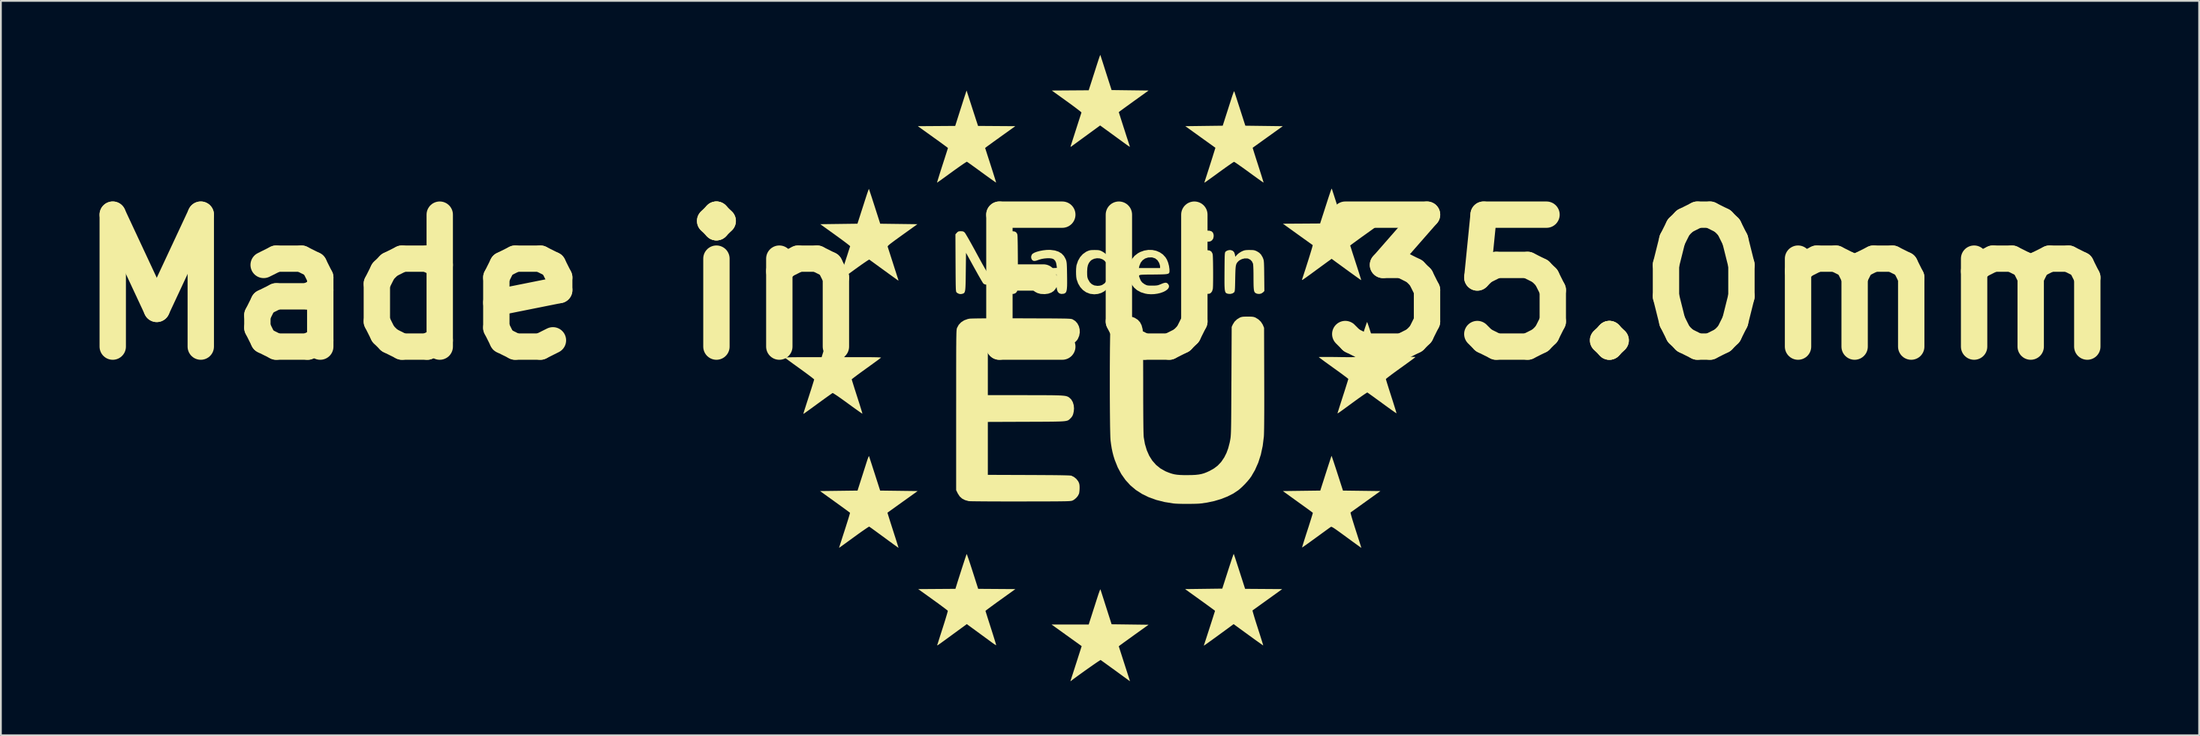
<source format=kicad_pcb>
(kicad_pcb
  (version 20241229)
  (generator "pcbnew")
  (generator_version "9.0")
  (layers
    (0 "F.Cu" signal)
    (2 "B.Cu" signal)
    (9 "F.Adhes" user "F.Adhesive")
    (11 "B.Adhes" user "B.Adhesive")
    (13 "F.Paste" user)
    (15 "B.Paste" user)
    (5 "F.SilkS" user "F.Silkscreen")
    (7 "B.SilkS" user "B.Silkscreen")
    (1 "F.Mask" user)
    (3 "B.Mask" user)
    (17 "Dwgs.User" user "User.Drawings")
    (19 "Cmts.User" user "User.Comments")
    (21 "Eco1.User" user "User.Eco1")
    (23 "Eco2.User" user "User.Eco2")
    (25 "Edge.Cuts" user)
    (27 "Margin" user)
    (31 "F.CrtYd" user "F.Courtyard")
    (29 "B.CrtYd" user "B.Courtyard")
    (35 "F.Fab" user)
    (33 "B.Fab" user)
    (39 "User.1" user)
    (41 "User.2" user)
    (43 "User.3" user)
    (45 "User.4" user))
  (footprint "Made in EU 35.0mm"
    (layer "F.Cu")
    (at 58 17.387)
    (property "Reference" "Made in EU 35.0mm" (at 0 -4.5 180) (layer "F.SilkS") (effects (font (size 7.329 7.329) (thickness 1.463))))
    (attr board_only exclude_from_pos_files exclude_from_bom)
    (fp_poly (pts (xy 6.076 -7.624) (xy 6.188 -7.589) (xy 6.263 -7.521) (xy 6.301 -7.418) (xy 6.309 -7.327) (xy 6.287 -7.198) (xy 6.223 -7.097) (xy 6.145 -7.041) (xy 6.058 -7.016) (xy 5.945 -7.011) (xy 5.831 -7.025) (xy 5.763 -7.047) (xy 5.683 -7.108) (xy 5.631 -7.199) (xy 5.608 -7.307) (xy 5.617 -7.418) (xy 5.66 -7.517) (xy 5.694 -7.556) (xy 5.748 -7.595) (xy 5.821 -7.617) (xy 5.923 -7.628)) (stroke (width 0) (type solid)) (fill yes) (layer "F.SilkS"))
    (fp_poly (pts (xy 6.091 -6.52) (xy 6.181 -6.462) (xy 6.237 -6.365) (xy 6.253 -6.303) (xy 6.259 -6.247) (xy 6.264 -6.147) (xy 6.268 -6.011) (xy 6.272 -5.846) (xy 6.274 -5.661) (xy 6.276 -5.463) (xy 6.277 -5.26) (xy 6.277 -5.061) (xy 6.276 -4.873) (xy 6.274 -4.704) (xy 6.271 -4.562) (xy 6.266 -4.455) (xy 6.261 -4.392) (xy 6.221 -4.261) (xy 6.173 -4.193) (xy 6.119 -4.144) (xy 6.061 -4.122) (xy 5.975 -4.116) (xy 5.972 -4.116) (xy 5.858 -4.128) (xy 5.777 -4.167) (xy 5.775 -4.169) (xy 5.721 -4.231) (xy 5.682 -4.311) (xy 5.68 -4.319) (xy 5.673 -4.372) (xy 5.667 -4.47) (xy 5.662 -4.604) (xy 5.658 -4.768) (xy 5.655 -4.953) (xy 5.654 -5.152) (xy 5.653 -5.358) (xy 5.654 -5.563) (xy 5.656 -5.759) (xy 5.659 -5.939) (xy 5.663 -6.094) (xy 5.668 -6.218) (xy 5.675 -6.303) (xy 5.68 -6.336) (xy 5.732 -6.443) (xy 5.818 -6.51) (xy 5.938 -6.538) (xy 5.968 -6.539)) (stroke (width 0) (type solid)) (fill yes) (layer "F.SilkS"))
    (fp_poly (pts (xy 12.864 -9.954) (xy 12.865 -9.951) (xy 12.876 -9.918) (xy 12.901 -9.842) (xy 12.938 -9.727) (xy 12.986 -9.579) (xy 13.042 -9.405) (xy 13.105 -9.21) (xy 13.173 -8.999) (xy 13.181 -8.974) (xy 13.484 -8.037) (xy 14.519 -8.024) (xy 15.555 -8.011) (xy 14.72 -7.412) (xy 14.536 -7.281) (xy 14.367 -7.158) (xy 14.216 -7.048) (xy 14.088 -6.955) (xy 13.987 -6.88) (xy 13.919 -6.828) (xy 13.887 -6.802) (xy 13.886 -6.8) (xy 13.893 -6.773) (xy 13.916 -6.702) (xy 13.951 -6.592) (xy 13.996 -6.449) (xy 14.051 -6.278) (xy 14.113 -6.086) (xy 14.181 -5.876) (xy 14.194 -5.835) (xy 14.263 -5.623) (xy 14.326 -5.427) (xy 14.381 -5.253) (xy 14.427 -5.105) (xy 14.463 -4.99) (xy 14.486 -4.912) (xy 14.496 -4.877) (xy 14.496 -4.876) (xy 14.474 -4.889) (xy 14.415 -4.929) (xy 14.322 -4.994) (xy 14.202 -5.08) (xy 14.058 -5.184) (xy 13.894 -5.302) (xy 13.716 -5.432) (xy 13.67 -5.465) (xy 12.852 -6.062) (xy 12.072 -5.492) (xy 11.857 -5.334) (xy 11.68 -5.204) (xy 11.537 -5.101) (xy 11.426 -5.021) (xy 11.342 -4.962) (xy 11.282 -4.921) (xy 11.242 -4.897) (xy 11.219 -4.886) (xy 11.209 -4.887) (xy 11.207 -4.896) (xy 11.212 -4.912) (xy 11.213 -4.915) (xy 11.297 -5.17) (xy 11.379 -5.423) (xy 11.458 -5.67) (xy 11.533 -5.906) (xy 11.602 -6.125) (xy 11.663 -6.322) (xy 11.715 -6.494) (xy 11.757 -6.635) (xy 11.786 -6.74) (xy 11.802 -6.805) (xy 11.804 -6.824) (xy 11.779 -6.842) (xy 11.716 -6.887) (xy 11.62 -6.955) (xy 11.497 -7.044) (xy 11.349 -7.15) (xy 11.183 -7.269) (xy 11.003 -7.398) (xy 10.967 -7.424) (xy 10.15 -8.011) (xy 11.183 -8.017) (xy 12.215 -8.024) (xy 12.44 -8.721) (xy 12.531 -9.005) (xy 12.608 -9.244) (xy 12.672 -9.441) (xy 12.724 -9.599) (xy 12.766 -9.723) (xy 12.798 -9.817) (xy 12.822 -9.883) (xy 12.839 -9.926) (xy 12.851 -9.95) (xy 12.859 -9.958)) (stroke (width 0) (type solid)) (fill yes) (layer "F.SilkS"))
    (fp_poly (pts (xy 0.033 12.33) (xy 0.058 12.406) (xy 0.095 12.521) (xy 0.142 12.669) (xy 0.198 12.843) (xy 0.26 13.039) (xy 0.328 13.251) (xy 0.339 13.286) (xy 0.643 14.237) (xy 1.668 14.25) (xy 2.693 14.263) (xy 1.926 14.813) (xy 1.748 14.942) (xy 1.581 15.062) (xy 1.43 15.171) (xy 1.301 15.264) (xy 1.2 15.338) (xy 1.131 15.389) (xy 1.1 15.412) (xy 1.041 15.461) (xy 1.342 16.399) (xy 1.41 16.611) (xy 1.474 16.808) (xy 1.53 16.984) (xy 1.579 17.135) (xy 1.617 17.253) (xy 1.643 17.334) (xy 1.655 17.372) (xy 1.656 17.373) (xy 1.657 17.395) (xy 1.635 17.384) (xy 1.599 17.356) (xy 1.527 17.304) (xy 1.427 17.231) (xy 1.303 17.141) (xy 1.162 17.038) (xy 1.009 16.926) (xy 0.85 16.81) (xy 0.69 16.694) (xy 0.535 16.582) (xy 0.392 16.478) (xy 0.265 16.386) (xy 0.16 16.311) (xy 0.084 16.256) (xy 0.042 16.226) (xy 0.035 16.221) (xy 0.01 16.233) (xy -0.052 16.272) (xy -0.145 16.333) (xy -0.264 16.414) (xy -0.403 16.51) (xy -0.556 16.618) (xy -0.72 16.733) (xy -0.887 16.851) (xy -1.052 16.97) (xy -1.211 17.085) (xy -1.357 17.192) (xy -1.485 17.287) (xy -1.59 17.367) (xy -1.613 17.385) (xy -1.64 17.401) (xy -1.637 17.376) (xy -1.637 17.376) (xy -1.625 17.342) (xy -1.6 17.265) (xy -1.564 17.152) (xy -1.518 17.011) (xy -1.466 16.848) (xy -1.408 16.67) (xy -1.349 16.485) (xy -1.289 16.298) (xy -1.231 16.118) (xy -1.178 15.951) (xy -1.131 15.804) (xy -1.092 15.684) (xy -1.065 15.598) (xy -1.053 15.56) (xy -1.019 15.45) (xy -1.855 14.85) (xy -2.69 14.25) (xy -1.659 14.25) (xy -0.628 14.25) (xy -0.442 13.67) (xy -0.379 13.472) (xy -0.311 13.261) (xy -0.244 13.051) (xy -0.182 12.857) (xy -0.13 12.696) (xy -0.123 12.675) (xy -0.079 12.541) (xy -0.039 12.429) (xy -0.007 12.347) (xy 0.014 12.302) (xy 0.023 12.298)) (stroke (width 0) (type solid)) (fill yes) (layer "F.SilkS"))
    (fp_poly (pts (xy -7.192 -14.745) (xy -7.128 -14.546) (xy -7.063 -14.345) (xy -7.001 -14.152) (xy -6.944 -13.979) (xy -6.898 -13.836) (xy -6.874 -13.762) (xy -6.769 -13.443) (xy -5.736 -13.436) (xy -4.702 -13.429) (xy -5.445 -12.897) (xy -5.622 -12.769) (xy -5.79 -12.649) (xy -5.943 -12.539) (xy -6.074 -12.443) (xy -6.179 -12.367) (xy -6.251 -12.314) (xy -6.281 -12.292) (xy -6.376 -12.218) (xy -6.068 -11.262) (xy -6 -11.049) (xy -5.937 -10.852) (xy -5.882 -10.677) (xy -5.836 -10.529) (xy -5.8 -10.412) (xy -5.777 -10.333) (xy -5.768 -10.298) (xy -5.768 -10.296) (xy -5.791 -10.309) (xy -5.85 -10.35) (xy -5.942 -10.414) (xy -6.063 -10.5) (xy -6.206 -10.603) (xy -6.368 -10.72) (xy -6.545 -10.849) (xy -6.566 -10.864) (xy -6.745 -10.995) (xy -6.911 -11.116) (xy -7.06 -11.223) (xy -7.187 -11.315) (xy -7.287 -11.386) (xy -7.355 -11.433) (xy -7.387 -11.453) (xy -7.387 -11.454) (xy -7.415 -11.442) (xy -7.48 -11.402) (xy -7.577 -11.338) (xy -7.702 -11.252) (xy -7.849 -11.149) (xy -8.015 -11.031) (xy -8.194 -10.902) (xy -8.226 -10.878) (xy -8.407 -10.747) (xy -8.573 -10.626) (xy -8.722 -10.519) (xy -8.848 -10.428) (xy -8.947 -10.358) (xy -9.014 -10.311) (xy -9.044 -10.29) (xy -9.045 -10.29) (xy -9.04 -10.314) (xy -9.021 -10.382) (xy -8.989 -10.489) (xy -8.945 -10.629) (xy -8.893 -10.798) (xy -8.832 -10.99) (xy -8.765 -11.199) (xy -8.749 -11.247) (xy -8.681 -11.46) (xy -8.617 -11.657) (xy -8.561 -11.833) (xy -8.513 -11.983) (xy -8.476 -12.1) (xy -8.452 -12.179) (xy -8.441 -12.216) (xy -8.44 -12.218) (xy -8.461 -12.235) (xy -8.519 -12.28) (xy -8.611 -12.348) (xy -8.731 -12.436) (xy -8.876 -12.542) (xy -9.041 -12.661) (xy -9.221 -12.79) (xy -9.276 -12.83) (xy -10.112 -13.429) (xy -9.074 -13.436) (xy -8.037 -13.443) (xy -7.791 -14.218) (xy -7.726 -14.421) (xy -7.663 -14.618) (xy -7.605 -14.801) (xy -7.553 -14.962) (xy -7.511 -15.092) (xy -7.481 -15.183) (xy -7.475 -15.201) (xy -7.406 -15.409)) (stroke (width 0) (type solid)) (fill yes) (layer "F.SilkS"))
    (fp_poly (pts (xy -7.39 10.356) (xy -7.365 10.421) (xy -7.328 10.524) (xy -7.28 10.662) (xy -7.224 10.829) (xy -7.162 11.02) (xy -7.094 11.229) (xy -7.073 11.294) (xy -6.762 12.269) (xy -5.73 12.276) (xy -4.697 12.283) (xy -5.527 12.879) (xy -5.71 13.01) (xy -5.879 13.133) (xy -6.029 13.243) (xy -6.156 13.337) (xy -6.256 13.412) (xy -6.324 13.464) (xy -6.355 13.49) (xy -6.356 13.492) (xy -6.349 13.521) (xy -6.327 13.593) (xy -6.292 13.703) (xy -6.247 13.847) (xy -6.193 14.018) (xy -6.131 14.211) (xy -6.064 14.42) (xy -6.056 14.445) (xy -5.989 14.656) (xy -5.927 14.851) (xy -5.873 15.025) (xy -5.828 15.172) (xy -5.793 15.287) (xy -5.771 15.364) (xy -5.763 15.398) (xy -5.763 15.399) (xy -5.785 15.392) (xy -5.84 15.36) (xy -5.919 15.307) (xy -5.992 15.255) (xy -6.073 15.195) (xy -6.189 15.11) (xy -6.329 15.007) (xy -6.487 14.891) (xy -6.654 14.769) (xy -6.803 14.66) (xy -7.393 14.228) (xy -8.106 14.749) (xy -8.28 14.877) (xy -8.446 14.998) (xy -8.597 15.108) (xy -8.728 15.203) (xy -8.833 15.279) (xy -8.905 15.33) (xy -8.932 15.349) (xy -8.997 15.394) (xy -9.028 15.41) (xy -9.035 15.399) (xy -9.027 15.366) (xy -9.014 15.328) (xy -8.988 15.246) (xy -8.95 15.126) (xy -8.902 14.975) (xy -8.846 14.799) (xy -8.783 14.603) (xy -8.722 14.412) (xy -8.656 14.205) (xy -8.596 14.014) (xy -8.545 13.844) (xy -8.502 13.7) (xy -8.471 13.589) (xy -8.452 13.516) (xy -8.448 13.487) (xy -8.471 13.465) (xy -8.532 13.417) (xy -8.626 13.345) (xy -8.749 13.253) (xy -8.895 13.145) (xy -9.06 13.024) (xy -9.24 12.895) (xy -9.275 12.869) (xy -10.091 12.283) (xy -9.058 12.276) (xy -8.025 12.269) (xy -7.975 12.107) (xy -7.924 11.942) (xy -7.867 11.76) (xy -7.805 11.566) (xy -7.741 11.367) (xy -7.678 11.168) (xy -7.616 10.977) (xy -7.558 10.8) (xy -7.507 10.643) (xy -7.463 10.511) (xy -7.429 10.412) (xy -7.408 10.352) (xy -7.402 10.337)) (stroke (width 0) (type solid)) (fill yes) (layer "F.SilkS"))
    (fp_poly (pts (xy 2.907 -6.552) (xy 3.121 -6.506) (xy 3.317 -6.422) (xy 3.49 -6.302) (xy 3.633 -6.147) (xy 3.711 -6.02) (xy 3.778 -5.855) (xy 3.828 -5.668) (xy 3.853 -5.486) (xy 3.855 -5.429) (xy 3.855 -5.368) (xy 3.851 -5.318) (xy 3.837 -5.279) (xy 3.81 -5.249) (xy 3.762 -5.228) (xy 3.691 -5.213) (xy 3.589 -5.203) (xy 3.453 -5.197) (xy 3.277 -5.193) (xy 3.057 -5.19) (xy 2.954 -5.189) (xy 2.725 -5.188) (xy 2.543 -5.186) (xy 2.404 -5.182) (xy 2.302 -5.177) (xy 2.232 -5.167) (xy 2.189 -5.151) (xy 2.169 -5.13) (xy 2.167 -5.1) (xy 2.177 -5.06) (xy 2.195 -5.01) (xy 2.204 -4.985) (xy 2.263 -4.849) (xy 2.342 -4.747) (xy 2.453 -4.664) (xy 2.484 -4.646) (xy 2.547 -4.613) (xy 2.603 -4.592) (xy 2.666 -4.58) (xy 2.749 -4.574) (xy 2.867 -4.573) (xy 2.905 -4.573) (xy 3.039 -4.575) (xy 3.137 -4.582) (xy 3.215 -4.595) (xy 3.289 -4.619) (xy 3.361 -4.648) (xy 3.494 -4.702) (xy 3.592 -4.73) (xy 3.665 -4.734) (xy 3.722 -4.713) (xy 3.763 -4.68) (xy 3.82 -4.597) (xy 3.83 -4.513) (xy 3.799 -4.431) (xy 3.73 -4.353) (xy 3.63 -4.281) (xy 3.503 -4.218) (xy 3.354 -4.165) (xy 3.188 -4.126) (xy 3.011 -4.101) (xy 2.827 -4.094) (xy 2.642 -4.106) (xy 2.511 -4.129) (xy 2.266 -4.205) (xy 2.056 -4.319) (xy 1.883 -4.469) (xy 1.748 -4.653) (xy 1.653 -4.869) (xy 1.599 -5.116) (xy 1.586 -5.327) (xy 1.603 -5.549) (xy 2.158 -5.549) (xy 2.746 -5.549) (xy 3.334 -5.549) (xy 3.334 -5.633) (xy 3.323 -5.705) (xy 3.294 -5.798) (xy 3.271 -5.853) (xy 3.182 -5.989) (xy 3.062 -6.084) (xy 2.913 -6.135) (xy 2.857 -6.142) (xy 2.671 -6.134) (xy 2.505 -6.081) (xy 2.366 -5.985) (xy 2.259 -5.851) (xy 2.188 -5.683) (xy 2.176 -5.633) (xy 2.158 -5.549) (xy 1.603 -5.549) (xy 1.606 -5.599) (xy 1.668 -5.839) (xy 1.771 -6.048) (xy 1.915 -6.225) (xy 2.099 -6.368) (xy 2.23 -6.44) (xy 2.455 -6.52) (xy 2.683 -6.557)) (stroke (width 0) (type solid)) (fill yes) (layer "F.SilkS"))
    (fp_poly (pts (xy 7.425 10.339) (xy 7.435 10.365) (xy 7.451 10.411) (xy 7.475 10.48) (xy 7.507 10.576) (xy 7.548 10.703) (xy 7.6 10.864) (xy 7.665 11.063) (xy 7.742 11.304) (xy 7.834 11.59) (xy 7.854 11.651) (xy 8.052 12.269) (xy 9.082 12.276) (xy 10.112 12.283) (xy 9.298 12.869) (xy 9.116 13) (xy 8.947 13.121) (xy 8.797 13.23) (xy 8.668 13.322) (xy 8.567 13.395) (xy 8.498 13.444) (xy 8.465 13.468) (xy 8.464 13.469) (xy 8.467 13.496) (xy 8.485 13.567) (xy 8.516 13.676) (xy 8.558 13.819) (xy 8.61 13.99) (xy 8.671 14.183) (xy 8.738 14.393) (xy 8.754 14.444) (xy 8.823 14.657) (xy 8.886 14.854) (xy 8.941 15.03) (xy 8.988 15.179) (xy 9.024 15.296) (xy 9.047 15.375) (xy 9.057 15.411) (xy 9.057 15.413) (xy 9.035 15.4) (xy 8.976 15.359) (xy 8.883 15.294) (xy 8.763 15.208) (xy 8.618 15.105) (xy 8.455 14.986) (xy 8.276 14.857) (xy 8.232 14.825) (xy 7.415 14.229) (xy 7.283 14.326) (xy 7.109 14.454) (xy 6.928 14.587) (xy 6.744 14.721) (xy 6.563 14.853) (xy 6.389 14.98) (xy 6.227 15.097) (xy 6.082 15.201) (xy 5.959 15.29) (xy 5.862 15.358) (xy 5.798 15.403) (xy 5.769 15.422) (xy 5.769 15.422) (xy 5.764 15.406) (xy 5.766 15.402) (xy 5.776 15.375) (xy 5.799 15.304) (xy 5.834 15.197) (xy 5.879 15.061) (xy 5.931 14.901) (xy 5.988 14.725) (xy 6.048 14.539) (xy 6.109 14.35) (xy 6.169 14.164) (xy 6.225 13.988) (xy 6.276 13.829) (xy 6.319 13.692) (xy 6.353 13.586) (xy 6.375 13.516) (xy 6.382 13.488) (xy 6.382 13.488) (xy 6.362 13.471) (xy 6.304 13.427) (xy 6.212 13.36) (xy 6.092 13.272) (xy 5.947 13.166) (xy 5.783 13.047) (xy 5.603 12.918) (xy 5.551 12.88) (xy 4.72 12.283) (xy 5.752 12.27) (xy 6.785 12.257) (xy 7.096 11.287) (xy 7.165 11.073) (xy 7.229 10.877) (xy 7.287 10.702) (xy 7.336 10.555) (xy 7.376 10.44) (xy 7.404 10.363) (xy 7.418 10.329) (xy 7.419 10.328)) (stroke (width 0) (type solid)) (fill yes) (layer "F.SilkS"))
    (fp_poly (pts (xy 0.027 -17.358) (xy 0.05 -17.284) (xy 0.086 -17.172) (xy 0.133 -17.027) (xy 0.188 -16.854) (xy 0.25 -16.659) (xy 0.318 -16.447) (xy 0.333 -16.399) (xy 0.642 -15.435) (xy 1.669 -15.422) (xy 2.696 -15.409) (xy 1.869 -14.815) (xy 1.687 -14.683) (xy 1.518 -14.561) (xy 1.368 -14.452) (xy 1.241 -14.359) (xy 1.141 -14.286) (xy 1.074 -14.235) (xy 1.043 -14.211) (xy 1.042 -14.209) (xy 1.05 -14.183) (xy 1.071 -14.114) (xy 1.105 -14.009) (xy 1.147 -13.874) (xy 1.198 -13.716) (xy 1.254 -13.541) (xy 1.313 -13.356) (xy 1.374 -13.168) (xy 1.433 -12.982) (xy 1.49 -12.806) (xy 1.542 -12.647) (xy 1.586 -12.51) (xy 1.621 -12.402) (xy 1.641 -12.341) (xy 1.649 -12.318) (xy 1.656 -12.301) (xy 1.656 -12.29) (xy 1.648 -12.288) (xy 1.626 -12.298) (xy 1.586 -12.323) (xy 1.526 -12.364) (xy 1.441 -12.425) (xy 1.327 -12.507) (xy 1.181 -12.614) (xy 0.998 -12.747) (xy 0.886 -12.829) (xy 0.712 -12.956) (xy 0.549 -13.075) (xy 0.402 -13.182) (xy 0.276 -13.273) (xy 0.178 -13.345) (xy 0.111 -13.393) (xy 0.088 -13.41) (xy 0.006 -13.468) (xy -0.694 -12.957) (xy -0.868 -12.83) (xy -1.034 -12.709) (xy -1.186 -12.598) (xy -1.318 -12.501) (xy -1.423 -12.425) (xy -1.496 -12.371) (xy -1.521 -12.353) (xy -1.59 -12.304) (xy -1.626 -12.283) (xy -1.636 -12.29) (xy -1.629 -12.321) (xy -1.628 -12.324) (xy -1.616 -12.361) (xy -1.591 -12.44) (xy -1.554 -12.555) (xy -1.508 -12.699) (xy -1.455 -12.864) (xy -1.397 -13.044) (xy -1.337 -13.231) (xy -1.277 -13.42) (xy -1.218 -13.602) (xy -1.164 -13.772) (xy -1.116 -13.921) (xy -1.076 -14.044) (xy -1.047 -14.133) (xy -1.032 -14.182) (xy -1.03 -14.188) (xy -1.048 -14.209) (xy -1.104 -14.257) (xy -1.194 -14.328) (xy -1.313 -14.419) (xy -1.456 -14.527) (xy -1.62 -14.648) (xy -1.799 -14.778) (xy -1.848 -14.813) (xy -2.676 -15.409) (xy -1.652 -15.416) (xy -0.628 -15.423) (xy -0.442 -16.002) (xy -0.379 -16.2) (xy -0.311 -16.411) (xy -0.244 -16.621) (xy -0.182 -16.815) (xy -0.13 -16.976) (xy -0.123 -16.996) (xy -0.079 -17.132) (xy -0.04 -17.245) (xy -0.009 -17.331) (xy 0.011 -17.379) (xy 0.017 -17.387)) (stroke (width 0) (type solid)) (fill yes) (layer "F.SilkS"))
    (fp_poly (pts (xy 12.859 4.905) (xy 12.883 4.971) (xy 12.919 5.076) (xy 12.966 5.215) (xy 13.021 5.383) (xy 13.084 5.574) (xy 13.152 5.783) (xy 13.171 5.842) (xy 13.483 6.812) (xy 14.522 6.825) (xy 15.562 6.838) (xy 14.746 7.424) (xy 14.563 7.555) (xy 14.394 7.677) (xy 14.242 7.786) (xy 14.113 7.878) (xy 14.01 7.952) (xy 13.94 8.002) (xy 13.906 8.026) (xy 13.904 8.027) (xy 13.906 8.055) (xy 13.923 8.128) (xy 13.954 8.242) (xy 13.998 8.393) (xy 14.054 8.576) (xy 14.12 8.787) (xy 14.193 9.016) (xy 14.262 9.231) (xy 14.325 9.429) (xy 14.382 9.605) (xy 14.429 9.755) (xy 14.466 9.873) (xy 14.491 9.953) (xy 14.502 9.991) (xy 14.502 9.993) (xy 14.481 9.979) (xy 14.422 9.937) (xy 14.33 9.871) (xy 14.21 9.784) (xy 14.066 9.68) (xy 13.903 9.561) (xy 13.725 9.431) (xy 13.679 9.397) (xy 13.471 9.245) (xy 13.301 9.121) (xy 13.164 9.023) (xy 13.057 8.948) (xy 12.975 8.893) (xy 12.915 8.857) (xy 12.872 8.835) (xy 12.842 8.825) (xy 12.821 8.825) (xy 12.806 8.832) (xy 12.773 8.855) (xy 12.703 8.904) (xy 12.601 8.978) (xy 12.473 9.071) (xy 12.323 9.18) (xy 12.157 9.301) (xy 11.988 9.424) (xy 11.813 9.551) (xy 11.652 9.668) (xy 11.509 9.771) (xy 11.389 9.856) (xy 11.297 9.92) (xy 11.237 9.96) (xy 11.215 9.973) (xy 11.22 9.947) (xy 11.24 9.877) (xy 11.273 9.768) (xy 11.317 9.626) (xy 11.371 9.456) (xy 11.432 9.263) (xy 11.5 9.054) (xy 11.513 9.013) (xy 11.582 8.801) (xy 11.644 8.604) (xy 11.699 8.429) (xy 11.745 8.28) (xy 11.781 8.163) (xy 11.803 8.084) (xy 11.812 8.048) (xy 11.812 8.047) (xy 11.788 8.027) (xy 11.73 7.982) (xy 11.645 7.919) (xy 11.541 7.843) (xy 11.496 7.81) (xy 11.382 7.728) (xy 11.238 7.624) (xy 11.073 7.506) (xy 10.9 7.381) (xy 10.729 7.258) (xy 10.668 7.214) (xy 10.147 6.838) (xy 11.185 6.825) (xy 12.224 6.812) (xy 12.531 5.853) (xy 12.599 5.64) (xy 12.663 5.443) (xy 12.72 5.267) (xy 12.769 5.117) (xy 12.808 5) (xy 12.834 4.921) (xy 12.848 4.885) (xy 12.849 4.883)) (stroke (width 0) (type solid)) (fill yes) (layer "F.SilkS"))
    (fp_poly (pts (xy -12.82 4.898) (xy -12.809 4.93) (xy -12.784 5.007) (xy -12.747 5.122) (xy -12.699 5.27) (xy -12.643 5.444) (xy -12.58 5.639) (xy -12.512 5.85) (xy -12.504 5.874) (xy -12.203 6.812) (xy -11.163 6.825) (xy -10.122 6.838) (xy -10.955 7.435) (xy -11.139 7.567) (xy -11.309 7.689) (xy -11.46 7.798) (xy -11.589 7.89) (xy -11.691 7.963) (xy -11.76 8.013) (xy -11.794 8.037) (xy -11.796 8.038) (xy -11.79 8.063) (xy -11.77 8.133) (xy -11.736 8.241) (xy -11.692 8.383) (xy -11.639 8.553) (xy -11.577 8.746) (xy -11.51 8.956) (xy -11.491 9.016) (xy -11.422 9.23) (xy -11.358 9.428) (xy -11.302 9.605) (xy -11.255 9.755) (xy -11.218 9.872) (xy -11.194 9.952) (xy -11.183 9.99) (xy -11.183 9.992) (xy -11.205 9.978) (xy -11.263 9.936) (xy -11.355 9.87) (xy -11.475 9.784) (xy -11.618 9.679) (xy -11.78 9.561) (xy -11.956 9.431) (xy -11.983 9.411) (xy -12.163 9.28) (xy -12.33 9.158) (xy -12.479 9.049) (xy -12.607 8.956) (xy -12.707 8.884) (xy -12.776 8.836) (xy -12.808 8.814) (xy -12.81 8.813) (xy -12.837 8.825) (xy -12.902 8.865) (xy -12.999 8.929) (xy -13.123 9.015) (xy -13.271 9.118) (xy -13.437 9.237) (xy -13.617 9.367) (xy -13.663 9.401) (xy -13.844 9.533) (xy -14.011 9.654) (xy -14.16 9.762) (xy -14.286 9.854) (xy -14.385 9.924) (xy -14.452 9.972) (xy -14.483 9.992) (xy -14.484 9.993) (xy -14.476 9.967) (xy -14.454 9.897) (xy -14.42 9.789) (xy -14.374 9.647) (xy -14.32 9.477) (xy -14.258 9.284) (xy -14.19 9.074) (xy -14.174 9.024) (xy -14.105 8.81) (xy -14.043 8.612) (xy -13.987 8.435) (xy -13.941 8.285) (xy -13.906 8.166) (xy -13.884 8.085) (xy -13.875 8.047) (xy -13.875 8.044) (xy -13.898 8.026) (xy -13.959 7.98) (xy -14.053 7.91) (xy -14.175 7.821) (xy -14.321 7.715) (xy -14.487 7.595) (xy -14.667 7.465) (xy -14.713 7.432) (xy -15.539 6.838) (xy -14.499 6.825) (xy -13.458 6.812) (xy -13.254 6.174) (xy -13.191 5.977) (xy -13.126 5.775) (xy -13.064 5.58) (xy -13.008 5.403) (xy -12.962 5.258) (xy -12.942 5.197) (xy -12.903 5.078) (xy -12.867 4.982) (xy -12.84 4.919) (xy -12.823 4.895)) (stroke (width 0) (type solid)) (fill yes) (layer "F.SilkS"))
    (fp_poly (pts (xy 7.459 -15.336) (xy 7.484 -15.26) (xy 7.521 -15.145) (xy 7.569 -14.997) (xy 7.625 -14.823) (xy 7.688 -14.628) (xy 7.756 -14.417) (xy 7.764 -14.393) (xy 8.065 -13.455) (xy 9.104 -13.442) (xy 10.142 -13.429) (xy 9.311 -12.832) (xy 9.128 -12.701) (xy 8.958 -12.579) (xy 8.807 -12.47) (xy 8.678 -12.378) (xy 8.576 -12.305) (xy 8.507 -12.255) (xy 8.474 -12.231) (xy 8.472 -12.23) (xy 8.478 -12.205) (xy 8.499 -12.136) (xy 8.532 -12.027) (xy 8.576 -11.886) (xy 8.63 -11.716) (xy 8.691 -11.524) (xy 8.759 -11.314) (xy 8.775 -11.264) (xy 8.843 -11.051) (xy 8.906 -10.853) (xy 8.962 -10.678) (xy 9.008 -10.529) (xy 9.044 -10.412) (xy 9.068 -10.332) (xy 9.077 -10.296) (xy 9.077 -10.294) (xy 9.055 -10.307) (xy 8.996 -10.347) (xy 8.903 -10.412) (xy 8.783 -10.497) (xy 8.64 -10.601) (xy 8.477 -10.718) (xy 8.3 -10.847) (xy 8.273 -10.867) (xy 8.093 -10.998) (xy 7.926 -11.118) (xy 7.775 -11.225) (xy 7.647 -11.315) (xy 7.545 -11.385) (xy 7.474 -11.43) (xy 7.44 -11.449) (xy 7.439 -11.449) (xy 7.41 -11.434) (xy 7.344 -11.392) (xy 7.245 -11.325) (xy 7.12 -11.238) (xy 6.971 -11.133) (xy 6.806 -11.014) (xy 6.627 -10.885) (xy 6.606 -10.87) (xy 6.428 -10.739) (xy 6.262 -10.619) (xy 6.115 -10.513) (xy 5.991 -10.424) (xy 5.893 -10.354) (xy 5.828 -10.309) (xy 5.8 -10.29) (xy 5.799 -10.29) (xy 5.797 -10.311) (xy 5.81 -10.362) (xy 5.845 -10.469) (xy 5.89 -10.607) (xy 5.942 -10.767) (xy 5.999 -10.945) (xy 6.059 -11.132) (xy 6.12 -11.324) (xy 6.18 -11.512) (xy 6.237 -11.692) (xy 6.288 -11.856) (xy 6.333 -11.998) (xy 6.368 -12.112) (xy 6.392 -12.19) (xy 6.402 -12.228) (xy 6.403 -12.23) (xy 6.381 -12.246) (xy 6.321 -12.289) (xy 6.228 -12.356) (xy 6.106 -12.443) (xy 5.961 -12.548) (xy 5.796 -12.666) (xy 5.616 -12.795) (xy 5.565 -12.832) (xy 4.735 -13.429) (xy 5.773 -13.442) (xy 6.81 -13.455) (xy 6.993 -14.028) (xy 7.056 -14.224) (xy 7.123 -14.433) (xy 7.189 -14.64) (xy 7.25 -14.83) (xy 7.3 -14.987) (xy 7.305 -15.004) (xy 7.349 -15.136) (xy 7.388 -15.245) (xy 7.419 -15.324) (xy 7.441 -15.366) (xy 7.448 -15.369)) (stroke (width 0) (type solid)) (fill yes) (layer "F.SilkS"))
    (fp_poly (pts (xy -12.816 -9.917) (xy -12.792 -9.846) (xy -12.755 -9.736) (xy -12.708 -9.593) (xy -12.652 -9.422) (xy -12.59 -9.229) (xy -12.522 -9.018) (xy -12.507 -8.971) (xy -12.199 -8.011) (xy -11.168 -7.998) (xy -10.136 -7.985) (xy -10.969 -7.387) (xy -11.181 -7.234) (xy -11.355 -7.108) (xy -11.493 -7.006) (xy -11.599 -6.926) (xy -11.678 -6.864) (xy -11.732 -6.817) (xy -11.766 -6.782) (xy -11.782 -6.758) (xy -11.786 -6.739) (xy -11.785 -6.735) (xy -11.772 -6.695) (xy -11.746 -6.613) (xy -11.708 -6.496) (xy -11.662 -6.351) (xy -11.609 -6.186) (xy -11.551 -6.006) (xy -11.491 -5.82) (xy -11.431 -5.632) (xy -11.373 -5.451) (xy -11.319 -5.284) (xy -11.272 -5.136) (xy -11.233 -5.015) (xy -11.205 -4.928) (xy -11.19 -4.882) (xy -11.188 -4.877) (xy -11.191 -4.856) (xy -11.209 -4.862) (xy -11.234 -4.88) (xy -11.296 -4.924) (xy -11.389 -4.991) (xy -11.507 -5.076) (xy -11.644 -5.175) (xy -11.794 -5.284) (xy -11.952 -5.398) (xy -12.112 -5.515) (xy -12.269 -5.628) (xy -12.415 -5.735) (xy -12.547 -5.831) (xy -12.658 -5.911) (xy -12.742 -5.973) (xy -12.793 -6.011) (xy -12.804 -6.019) (xy -12.83 -6.009) (xy -12.894 -5.971) (xy -12.992 -5.907) (xy -13.118 -5.821) (xy -13.269 -5.715) (xy -13.44 -5.593) (xy -13.628 -5.458) (xy -13.649 -5.442) (xy -13.83 -5.31) (xy -13.998 -5.188) (xy -14.148 -5.08) (xy -14.276 -4.988) (xy -14.376 -4.916) (xy -14.445 -4.868) (xy -14.477 -4.846) (xy -14.479 -4.845) (xy -14.481 -4.865) (xy -14.474 -4.885) (xy -14.463 -4.918) (xy -14.438 -4.995) (xy -14.4 -5.11) (xy -14.353 -5.258) (xy -14.297 -5.431) (xy -14.234 -5.625) (xy -14.168 -5.83) (xy -14.101 -6.037) (xy -14.039 -6.229) (xy -13.984 -6.401) (xy -13.938 -6.545) (xy -13.901 -6.657) (xy -13.877 -6.731) (xy -13.868 -6.761) (xy -13.886 -6.781) (xy -13.942 -6.828) (xy -14.032 -6.899) (xy -14.151 -6.989) (xy -14.295 -7.097) (xy -14.459 -7.217) (xy -14.638 -7.347) (xy -14.692 -7.386) (xy -15.526 -7.985) (xy -14.494 -7.998) (xy -13.463 -8.011) (xy -13.337 -8.401) (xy -13.29 -8.548) (xy -13.232 -8.73) (xy -13.167 -8.932) (xy -13.1 -9.139) (xy -13.037 -9.338) (xy -13.025 -9.374) (xy -12.972 -9.537) (xy -12.924 -9.682) (xy -12.883 -9.801) (xy -12.851 -9.888) (xy -12.832 -9.936) (xy -12.826 -9.943)) (stroke (width 0) (type solid)) (fill yes) (layer "F.SilkS"))
    (fp_poly (pts (xy 8.423 -6.55) (xy 8.513 -6.544) (xy 8.585 -6.529) (xy 8.653 -6.504) (xy 8.708 -6.478) (xy 8.836 -6.399) (xy 8.935 -6.298) (xy 9.016 -6.163) (xy 9.048 -6.091) (xy 9.063 -6.05) (xy 9.076 -6.008) (xy 9.086 -5.959) (xy 9.093 -5.896) (xy 9.099 -5.813) (xy 9.103 -5.705) (xy 9.107 -5.564) (xy 9.11 -5.384) (xy 9.112 -5.16) (xy 9.113 -5.112) (xy 9.121 -4.272) (xy 9.043 -4.194) (xy 8.948 -4.133) (xy 8.833 -4.109) (xy 8.714 -4.122) (xy 8.633 -4.159) (xy 8.6 -4.186) (xy 8.574 -4.22) (xy 8.554 -4.27) (xy 8.54 -4.34) (xy 8.53 -4.437) (xy 8.523 -4.565) (xy 8.52 -4.732) (xy 8.518 -4.944) (xy 8.518 -5.025) (xy 8.517 -5.243) (xy 8.514 -5.434) (xy 8.508 -5.591) (xy 8.501 -5.71) (xy 8.492 -5.783) (xy 8.49 -5.795) (xy 8.431 -5.919) (xy 8.336 -6.016) (xy 8.217 -6.074) (xy 8.174 -6.083) (xy 8.026 -6.084) (xy 7.876 -6.047) (xy 7.743 -5.979) (xy 7.687 -5.934) (xy 7.64 -5.886) (xy 7.602 -5.84) (xy 7.573 -5.789) (xy 7.551 -5.727) (xy 7.534 -5.648) (xy 7.523 -5.544) (xy 7.515 -5.41) (xy 7.509 -5.238) (xy 7.504 -5.022) (xy 7.503 -4.957) (xy 7.499 -4.746) (xy 7.495 -4.58) (xy 7.491 -4.455) (xy 7.485 -4.363) (xy 7.479 -4.298) (xy 7.47 -4.254) (xy 7.459 -4.224) (xy 7.445 -4.204) (xy 7.435 -4.193) (xy 7.348 -4.138) (xy 7.235 -4.111) (xy 7.118 -4.117) (xy 7.068 -4.129) (xy 7.025 -4.144) (xy 6.991 -4.166) (xy 6.964 -4.201) (xy 6.943 -4.252) (xy 6.927 -4.325) (xy 6.917 -4.423) (xy 6.91 -4.553) (xy 6.907 -4.717) (xy 6.907 -4.921) (xy 6.908 -5.169) (xy 6.909 -5.371) (xy 6.911 -5.631) (xy 6.913 -5.844) (xy 6.915 -6.014) (xy 6.918 -6.148) (xy 6.922 -6.25) (xy 6.927 -6.325) (xy 6.933 -6.377) (xy 6.941 -6.413) (xy 6.951 -6.437) (xy 6.963 -6.454) (xy 6.966 -6.458) (xy 7.05 -6.516) (xy 7.161 -6.546) (xy 7.262 -6.545) (xy 7.368 -6.506) (xy 7.444 -6.426) (xy 7.485 -6.309) (xy 7.487 -6.298) (xy 7.505 -6.178) (xy 7.608 -6.29) (xy 7.703 -6.373) (xy 7.821 -6.449) (xy 7.874 -6.476) (xy 7.957 -6.512) (xy 8.03 -6.534) (xy 8.111 -6.546) (xy 8.215 -6.551) (xy 8.297 -6.551)) (stroke (width 0) (type solid)) (fill yes) (layer "F.SilkS"))
    (fp_poly (pts (xy 0.865 -7.585) (xy 0.961 -7.537) (xy 0.996 -7.504) (xy 1.068 -7.424) (xy 1.068 -5.873) (xy 1.068 -5.538) (xy 1.068 -5.251) (xy 1.067 -5.009) (xy 1.065 -4.807) (xy 1.062 -4.641) (xy 1.058 -4.508) (xy 1.051 -4.403) (xy 1.043 -4.323) (xy 1.032 -4.263) (xy 1.019 -4.221) (xy 1.002 -4.191) (xy 0.982 -4.17) (xy 0.959 -4.154) (xy 0.935 -4.141) (xy 0.859 -4.119) (xy 0.76 -4.113) (xy 0.662 -4.122) (xy 0.599 -4.142) (xy 0.544 -4.195) (xy 0.499 -4.28) (xy 0.472 -4.377) (xy 0.469 -4.421) (xy 0.469 -4.493) (xy 0.387 -4.394) (xy 0.248 -4.264) (xy 0.077 -4.169) (xy -0.116 -4.11) (xy -0.322 -4.091) (xy -0.53 -4.115) (xy -0.575 -4.126) (xy -0.774 -4.205) (xy -0.95 -4.329) (xy -1.098 -4.492) (xy -1.215 -4.69) (xy -1.297 -4.919) (xy -1.301 -4.937) (xy -1.319 -5.048) (xy -1.329 -5.192) (xy -1.331 -5.327) (xy -0.716 -5.327) (xy -0.714 -5.191) (xy -0.708 -5.092) (xy -0.695 -5.017) (xy -0.673 -4.95) (xy -0.656 -4.911) (xy -0.565 -4.756) (xy -0.451 -4.648) (xy -0.313 -4.583) (xy -0.145 -4.56) (xy -0.13 -4.56) (xy -0.009 -4.571) (xy 0.101 -4.601) (xy 0.117 -4.608) (xy 0.253 -4.699) (xy 0.356 -4.829) (xy 0.425 -4.999) (xy 0.461 -5.209) (xy 0.463 -5.25) (xy 0.46 -5.487) (xy 0.42 -5.686) (xy 0.345 -5.847) (xy 0.233 -5.971) (xy 0.131 -6.037) (xy -0.013 -6.085) (xy -0.168 -6.094) (xy -0.32 -6.067) (xy -0.455 -6.006) (xy -0.539 -5.936) (xy -0.618 -5.83) (xy -0.672 -5.708) (xy -0.703 -5.559) (xy -0.715 -5.373) (xy -0.716 -5.327) (xy -1.331 -5.327) (xy -1.332 -5.352) (xy -1.327 -5.509) (xy -1.314 -5.645) (xy -1.301 -5.718) (xy -1.22 -5.953) (xy -1.104 -6.156) (xy -0.956 -6.322) (xy -0.779 -6.448) (xy -0.722 -6.476) (xy -0.639 -6.512) (xy -0.567 -6.534) (xy -0.487 -6.546) (xy -0.383 -6.55) (xy -0.3 -6.551) (xy -0.174 -6.549) (xy -0.085 -6.543) (xy -0.015 -6.529) (xy 0.053 -6.503) (xy 0.113 -6.474) (xy 0.215 -6.412) (xy 0.314 -6.334) (xy 0.367 -6.282) (xy 0.469 -6.167) (xy 0.469 -6.781) (xy 0.47 -7.017) (xy 0.474 -7.204) (xy 0.481 -7.342) (xy 0.491 -7.43) (xy 0.499 -7.461) (xy 0.559 -7.537) (xy 0.65 -7.584) (xy 0.757 -7.6)) (stroke (width 0) (type solid)) (fill yes) (layer "F.SilkS"))
    (fp_poly (pts (xy -2.748 -6.557) (xy -2.505 -6.525) (xy -2.3 -6.458) (xy -2.132 -6.356) (xy -2.002 -6.218) (xy -1.906 -6.044) (xy -1.901 -6.031) (xy -1.882 -5.98) (xy -1.868 -5.929) (xy -1.857 -5.871) (xy -1.848 -5.8) (xy -1.842 -5.706) (xy -1.837 -5.583) (xy -1.833 -5.424) (xy -1.83 -5.221) (xy -1.829 -5.202) (xy -1.826 -4.941) (xy -1.825 -4.727) (xy -1.828 -4.555) (xy -1.837 -4.421) (xy -1.851 -4.318) (xy -1.871 -4.243) (xy -1.9 -4.191) (xy -1.937 -4.155) (xy -1.984 -4.133) (xy -2.032 -4.119) (xy -2.162 -4.111) (xy -2.266 -4.148) (xy -2.343 -4.228) (xy -2.389 -4.348) (xy -2.395 -4.386) (xy -2.41 -4.494) (xy -2.467 -4.396) (xy -2.568 -4.275) (xy -2.706 -4.184) (xy -2.875 -4.125) (xy -3.068 -4.1) (xy -3.277 -4.111) (xy -3.312 -4.116) (xy -3.472 -4.16) (xy -3.616 -4.236) (xy -3.758 -4.353) (xy -3.769 -4.363) (xy -3.853 -4.453) (xy -3.907 -4.538) (xy -3.945 -4.638) (xy -3.947 -4.647) (xy -3.977 -4.833) (xy -3.974 -4.872) (xy -3.38 -4.872) (xy -3.369 -4.769) (xy -3.353 -4.726) (xy -3.268 -4.613) (xy -3.153 -4.54) (xy -3.012 -4.51) (xy -2.851 -4.523) (xy -2.806 -4.534) (xy -2.669 -4.598) (xy -2.556 -4.702) (xy -2.472 -4.838) (xy -2.425 -4.996) (xy -2.419 -5.055) (xy -2.41 -5.197) (xy -2.709 -5.189) (xy -2.93 -5.176) (xy -3.106 -5.15) (xy -3.235 -5.111) (xy -3.316 -5.06) (xy -3.319 -5.056) (xy -3.363 -4.975) (xy -3.38 -4.872) (xy -3.974 -4.872) (xy -3.96 -5.013) (xy -3.909 -5.155) (xy -3.858 -5.239) (xy -3.797 -5.303) (xy -3.711 -5.358) (xy -3.62 -5.403) (xy -3.514 -5.445) (xy -3.393 -5.477) (xy -3.25 -5.503) (xy -3.076 -5.522) (xy -2.861 -5.536) (xy -2.766 -5.541) (xy -2.394 -5.557) (xy -2.412 -5.703) (xy -2.44 -5.847) (xy -2.487 -5.951) (xy -2.559 -6.027) (xy -2.587 -6.047) (xy -2.671 -6.077) (xy -2.791 -6.093) (xy -2.936 -6.093) (xy -3.091 -6.08) (xy -3.244 -6.053) (xy -3.382 -6.013) (xy -3.396 -6.008) (xy -3.529 -5.962) (xy -3.626 -5.943) (xy -3.697 -5.95) (xy -3.752 -5.983) (xy -3.778 -6.011) (xy -3.82 -6.103) (xy -3.82 -6.205) (xy -3.781 -6.299) (xy -3.736 -6.347) (xy -3.639 -6.404) (xy -3.502 -6.455) (xy -3.337 -6.499) (xy -3.157 -6.533) (xy -2.973 -6.554) (xy -2.799 -6.559)) (stroke (width 0) (type solid)) (fill yes) (layer "F.SilkS"))
    (fp_poly (pts (xy -14.815 -2.511) (xy -14.79 -2.447) (xy -14.753 -2.343) (xy -14.706 -2.205) (xy -14.65 -2.038) (xy -14.587 -1.847) (xy -14.519 -1.638) (xy -14.499 -1.574) (xy -14.188 -0.599) (xy -13.162 -0.599) (xy -12.886 -0.599) (xy -12.65 -0.597) (xy -12.458 -0.594) (xy -12.31 -0.59) (xy -12.21 -0.584) (xy -12.159 -0.578) (xy -12.152 -0.574) (xy -12.176 -0.554) (xy -12.238 -0.507) (xy -12.332 -0.436) (xy -12.455 -0.346) (xy -12.602 -0.239) (xy -12.767 -0.119) (xy -12.946 0.01) (xy -12.974 0.03) (xy -13.154 0.16) (xy -13.321 0.281) (xy -13.468 0.39) (xy -13.593 0.483) (xy -13.689 0.557) (xy -13.753 0.607) (xy -13.78 0.632) (xy -13.781 0.633) (xy -13.773 0.663) (xy -13.751 0.736) (xy -13.716 0.848) (xy -13.671 0.993) (xy -13.617 1.165) (xy -13.555 1.358) (xy -13.488 1.568) (xy -13.479 1.595) (xy -13.412 1.805) (xy -13.35 1.999) (xy -13.296 2.173) (xy -13.251 2.319) (xy -13.217 2.432) (xy -13.195 2.508) (xy -13.188 2.541) (xy -13.188 2.542) (xy -13.21 2.529) (xy -13.27 2.489) (xy -13.363 2.425) (xy -13.484 2.339) (xy -13.628 2.236) (xy -13.791 2.118) (xy -13.968 1.989) (xy -14.001 1.965) (xy -14.201 1.82) (xy -14.38 1.692) (xy -14.535 1.583) (xy -14.663 1.497) (xy -14.759 1.435) (xy -14.82 1.399) (xy -14.841 1.392) (xy -14.87 1.41) (xy -14.936 1.456) (xy -15.034 1.525) (xy -15.159 1.614) (xy -15.306 1.72) (xy -15.47 1.839) (xy -15.638 1.961) (xy -15.846 2.113) (xy -16.016 2.237) (xy -16.151 2.335) (xy -16.256 2.411) (xy -16.335 2.467) (xy -16.39 2.506) (xy -16.427 2.531) (xy -16.449 2.543) (xy -16.46 2.547) (xy -16.464 2.544) (xy -16.464 2.54) (xy -16.456 2.512) (xy -16.434 2.44) (xy -16.4 2.33) (xy -16.354 2.187) (xy -16.3 2.017) (xy -16.238 1.825) (xy -16.171 1.616) (xy -16.164 1.597) (xy -16.097 1.387) (xy -16.034 1.192) (xy -15.979 1.017) (xy -15.933 0.869) (xy -15.897 0.753) (xy -15.874 0.674) (xy -15.865 0.64) (xy -15.865 0.639) (xy -15.885 0.617) (xy -15.944 0.569) (xy -16.035 0.497) (xy -16.156 0.406) (xy -16.3 0.298) (xy -16.464 0.178) (xy -16.642 0.049) (xy -16.673 0.026) (xy -16.854 -0.104) (xy -17.022 -0.225) (xy -17.171 -0.334) (xy -17.298 -0.427) (xy -17.397 -0.5) (xy -17.464 -0.551) (xy -17.494 -0.575) (xy -17.495 -0.577) (xy -17.473 -0.582) (xy -17.404 -0.586) (xy -17.294 -0.59) (xy -17.147 -0.594) (xy -16.969 -0.596) (xy -16.765 -0.598) (xy -16.541 -0.599) (xy -16.48 -0.599) (xy -15.45 -0.599) (xy -15.4 -0.762) (xy -15.345 -0.939) (xy -15.284 -1.131) (xy -15.22 -1.332) (xy -15.155 -1.536) (xy -15.091 -1.736) (xy -15.029 -1.927) (xy -14.972 -2.103) (xy -14.922 -2.256) (xy -14.88 -2.381) (xy -14.849 -2.472) (xy -14.83 -2.523) (xy -14.827 -2.531)) (stroke (width 0) (type solid)) (fill yes) (layer "F.SilkS"))
    (fp_poly (pts (xy -4.744 -7.581) (xy -4.661 -7.539) (xy -4.606 -7.462) (xy -4.585 -7.401) (xy -4.581 -7.359) (xy -4.576 -7.27) (xy -4.573 -7.141) (xy -4.569 -6.978) (xy -4.566 -6.786) (xy -4.564 -6.571) (xy -4.562 -6.339) (xy -4.56 -6.096) (xy -4.559 -5.848) (xy -4.559 -5.6) (xy -4.559 -5.359) (xy -4.559 -5.13) (xy -4.561 -4.919) (xy -4.563 -4.732) (xy -4.565 -4.575) (xy -4.568 -4.454) (xy -4.572 -4.374) (xy -4.575 -4.349) (xy -4.616 -4.232) (xy -4.692 -4.152) (xy -4.796 -4.112) (xy -4.921 -4.116) (xy -4.943 -4.121) (xy -4.984 -4.133) (xy -5.018 -4.147) (xy -5.046 -4.168) (xy -5.068 -4.2) (xy -5.086 -4.249) (xy -5.099 -4.32) (xy -5.109 -4.415) (xy -5.117 -4.541) (xy -5.122 -4.702) (xy -5.126 -4.902) (xy -5.129 -5.146) (xy -5.132 -5.356) (xy -5.145 -6.428) (xy -5.523 -5.737) (xy -5.659 -5.488) (xy -5.772 -5.282) (xy -5.865 -5.113) (xy -5.941 -4.978) (xy -6.002 -4.873) (xy -6.051 -4.793) (xy -6.089 -4.736) (xy -6.12 -4.697) (xy -6.146 -4.671) (xy -6.17 -4.656) (xy -6.193 -4.646) (xy -6.21 -4.641) (xy -6.333 -4.627) (xy -6.435 -4.659) (xy -6.482 -4.698) (xy -6.506 -4.734) (xy -6.552 -4.809) (xy -6.617 -4.919) (xy -6.697 -5.058) (xy -6.789 -5.22) (xy -6.889 -5.401) (xy -6.986 -5.574) (xy -7.437 -6.394) (xy -7.45 -5.34) (xy -7.454 -5.061) (xy -7.457 -4.83) (xy -7.462 -4.641) (xy -7.468 -4.491) (xy -7.477 -4.374) (xy -7.49 -4.286) (xy -7.508 -4.222) (xy -7.532 -4.178) (xy -7.562 -4.149) (xy -7.601 -4.13) (xy -7.648 -4.117) (xy -7.704 -4.105) (xy -7.711 -4.104) (xy -7.763 -4.104) (xy -7.83 -4.118) (xy -7.905 -4.153) (xy -7.961 -4.196) (xy -7.971 -4.21) (xy -7.98 -4.227) (xy -7.987 -4.253) (xy -7.993 -4.292) (xy -7.999 -4.347) (xy -8.003 -4.423) (xy -8.006 -4.522) (xy -8.009 -4.651) (xy -8.011 -4.811) (xy -8.013 -5.008) (xy -8.015 -5.246) (xy -8.016 -5.528) (xy -8.018 -5.837) (xy -8.025 -7.422) (xy -7.948 -7.508) (xy -7.898 -7.558) (xy -7.849 -7.584) (xy -7.781 -7.593) (xy -7.727 -7.594) (xy -7.637 -7.59) (xy -7.577 -7.573) (xy -7.527 -7.537) (xy -7.506 -7.516) (xy -7.478 -7.477) (xy -7.429 -7.397) (xy -7.361 -7.282) (xy -7.276 -7.135) (xy -7.179 -6.962) (xy -7.072 -6.769) (xy -6.957 -6.56) (xy -6.864 -6.388) (xy -6.748 -6.174) (xy -6.639 -5.975) (xy -6.541 -5.796) (xy -6.454 -5.642) (xy -6.382 -5.516) (xy -6.328 -5.423) (xy -6.293 -5.368) (xy -6.282 -5.354) (xy -6.266 -5.38) (xy -6.229 -5.447) (xy -6.171 -5.55) (xy -6.097 -5.685) (xy -6.009 -5.847) (xy -5.908 -6.032) (xy -5.799 -6.234) (xy -5.714 -6.391) (xy -5.596 -6.607) (xy -5.484 -6.811) (xy -5.38 -6.999) (xy -5.287 -7.164) (xy -5.207 -7.303) (xy -5.145 -7.41) (xy -5.102 -7.48) (xy -5.085 -7.503) (xy -5.036 -7.556) (xy -4.99 -7.583) (xy -4.925 -7.593) (xy -4.865 -7.594)) (stroke (width 0) (type solid)) (fill yes) (layer "F.SilkS"))
    (fp_poly (pts (xy 14.833 -2.529) (xy 14.858 -2.464) (xy 14.893 -2.364) (xy 14.936 -2.237) (xy 14.983 -2.092) (xy 14.983 -2.09) (xy 15.043 -1.905) (xy 15.111 -1.69) (xy 15.183 -1.466) (xy 15.252 -1.252) (xy 15.292 -1.127) (xy 15.452 -0.625) (xy 16.479 -0.625) (xy 16.705 -0.625) (xy 16.913 -0.623) (xy 17.099 -0.621) (xy 17.256 -0.618) (xy 17.379 -0.615) (xy 17.464 -0.611) (xy 17.503 -0.607) (xy 17.505 -0.606) (xy 17.484 -0.587) (xy 17.426 -0.541) (xy 17.334 -0.472) (xy 17.213 -0.383) (xy 17.068 -0.277) (xy 16.904 -0.158) (xy 16.725 -0.029) (xy 16.684 -0.000378) (xy 16.502 0.131) (xy 16.334 0.253) (xy 16.185 0.363) (xy 16.059 0.458) (xy 15.961 0.534) (xy 15.895 0.587) (xy 15.866 0.615) (xy 15.865 0.617) (xy 15.873 0.649) (xy 15.895 0.724) (xy 15.929 0.837) (xy 15.975 0.983) (xy 16.029 1.156) (xy 16.091 1.35) (xy 16.158 1.559) (xy 16.164 1.579) (xy 16.232 1.789) (xy 16.293 1.983) (xy 16.347 2.155) (xy 16.392 2.3) (xy 16.426 2.413) (xy 16.447 2.488) (xy 16.454 2.519) (xy 16.454 2.52) (xy 16.431 2.507) (xy 16.371 2.467) (xy 16.279 2.403) (xy 16.158 2.318) (xy 16.014 2.214) (xy 15.852 2.097) (xy 15.676 1.968) (xy 15.655 1.953) (xy 15.476 1.823) (xy 15.31 1.702) (xy 15.162 1.594) (xy 15.035 1.503) (xy 14.936 1.432) (xy 14.868 1.385) (xy 14.837 1.365) (xy 14.836 1.364) (xy 14.809 1.376) (xy 14.745 1.416) (xy 14.648 1.48) (xy 14.525 1.565) (xy 14.38 1.668) (xy 14.218 1.784) (xy 14.062 1.898) (xy 13.846 2.056) (xy 13.669 2.186) (xy 13.526 2.29) (xy 13.414 2.371) (xy 13.329 2.432) (xy 13.267 2.474) (xy 13.226 2.501) (xy 13.2 2.516) (xy 13.187 2.52) (xy 13.182 2.517) (xy 13.182 2.514) (xy 13.189 2.486) (xy 13.211 2.414) (xy 13.246 2.304) (xy 13.291 2.16) (xy 13.346 1.989) (xy 13.407 1.797) (xy 13.474 1.588) (xy 13.481 1.566) (xy 13.549 1.356) (xy 13.611 1.161) (xy 13.666 0.987) (xy 13.712 0.839) (xy 13.748 0.724) (xy 13.771 0.646) (xy 13.78 0.612) (xy 13.78 0.611) (xy 13.76 0.591) (xy 13.701 0.544) (xy 13.609 0.474) (xy 13.489 0.384) (xy 13.344 0.277) (xy 13.18 0.158) (xy 13 0.029) (xy 12.96 0) (xy 12.779 -0.131) (xy 12.611 -0.252) (xy 12.461 -0.36) (xy 12.335 -0.453) (xy 12.237 -0.527) (xy 12.171 -0.577) (xy 12.141 -0.602) (xy 12.14 -0.603) (xy 12.165 -0.607) (xy 12.237 -0.609) (xy 12.349 -0.611) (xy 12.497 -0.611) (xy 12.674 -0.611) (xy 12.876 -0.609) (xy 13.096 -0.607) (xy 13.152 -0.606) (xy 13.409 -0.602) (xy 13.618 -0.6) (xy 13.785 -0.598) (xy 13.915 -0.598) (xy 14.012 -0.6) (xy 14.082 -0.603) (xy 14.13 -0.608) (xy 14.16 -0.615) (xy 14.177 -0.624) (xy 14.187 -0.635) (xy 14.19 -0.641) (xy 14.203 -0.676) (xy 14.23 -0.755) (xy 14.269 -0.873) (xy 14.318 -1.022) (xy 14.375 -1.198) (xy 14.438 -1.395) (xy 14.505 -1.606) (xy 14.51 -1.622) (xy 14.577 -1.831) (xy 14.64 -2.024) (xy 14.696 -2.196) (xy 14.744 -2.339) (xy 14.782 -2.45) (xy 14.808 -2.523) (xy 14.821 -2.552) (xy 14.821 -2.553)) (stroke (width 0) (type solid)) (fill yes) (layer "F.SilkS"))
    (fp_poly (pts (xy 1.684 -2.85) (xy 1.787 -2.833) (xy 1.874 -2.805) (xy 1.938 -2.777) (xy 2.097 -2.675) (xy 2.219 -2.542) (xy 2.306 -2.374) (xy 2.361 -2.168) (xy 2.37 -2.105) (xy 2.374 -2.051) (xy 2.377 -1.948) (xy 2.381 -1.8) (xy 2.384 -1.609) (xy 2.386 -1.378) (xy 2.389 -1.112) (xy 2.391 -0.814) (xy 2.393 -0.485) (xy 2.394 -0.131) (xy 2.395 0.247) (xy 2.396 0.644) (xy 2.396 0.847) (xy 2.396 1.381) (xy 2.397 1.864) (xy 2.399 2.294) (xy 2.401 2.673) (xy 2.404 2.999) (xy 2.407 3.273) (xy 2.411 3.495) (xy 2.416 3.665) (xy 2.421 3.783) (xy 2.425 3.842) (xy 2.492 4.224) (xy 2.595 4.57) (xy 2.732 4.88) (xy 2.904 5.152) (xy 3.111 5.386) (xy 3.35 5.58) (xy 3.623 5.735) (xy 3.727 5.78) (xy 3.874 5.836) (xy 4.007 5.879) (xy 4.137 5.91) (xy 4.275 5.931) (xy 4.432 5.944) (xy 4.619 5.951) (xy 4.845 5.952) (xy 5.095 5.949) (xy 5.303 5.939) (xy 5.481 5.919) (xy 5.639 5.889) (xy 5.789 5.845) (xy 5.939 5.785) (xy 6.083 5.719) (xy 6.327 5.581) (xy 6.531 5.425) (xy 6.704 5.243) (xy 6.747 5.189) (xy 6.896 4.966) (xy 7.018 4.724) (xy 7.117 4.454) (xy 7.196 4.147) (xy 7.222 4.017) (xy 7.23 3.969) (xy 7.238 3.923) (xy 7.245 3.874) (xy 7.251 3.819) (xy 7.256 3.757) (xy 7.261 3.683) (xy 7.265 3.594) (xy 7.269 3.488) (xy 7.272 3.361) (xy 7.275 3.211) (xy 7.278 3.033) (xy 7.28 2.825) (xy 7.282 2.585) (xy 7.284 2.308) (xy 7.286 1.991) (xy 7.288 1.633) (xy 7.29 1.228) (xy 7.292 0.776) (xy 7.293 0.716) (xy 7.307 -2.279) (xy 7.369 -2.416) (xy 7.464 -2.568) (xy 7.599 -2.699) (xy 7.76 -2.797) (xy 7.822 -2.821) (xy 7.888 -2.838) (xy 7.971 -2.847) (xy 8.083 -2.851) (xy 8.193 -2.852) (xy 8.333 -2.851) (xy 8.435 -2.846) (xy 8.511 -2.836) (xy 8.575 -2.818) (xy 8.636 -2.793) (xy 8.794 -2.695) (xy 8.93 -2.563) (xy 9.029 -2.41) (xy 9.046 -2.371) (xy 9.105 -2.227) (xy 9.113 0.612) (xy 9.114 1.151) (xy 9.115 1.638) (xy 9.115 2.075) (xy 9.114 2.463) (xy 9.112 2.801) (xy 9.11 3.092) (xy 9.107 3.336) (xy 9.103 3.533) (xy 9.099 3.685) (xy 9.094 3.793) (xy 9.092 3.816) (xy 9.029 4.33) (xy 8.926 4.81) (xy 8.783 5.258) (xy 8.599 5.673) (xy 8.392 6.029) (xy 8.293 6.165) (xy 8.163 6.319) (xy 8.017 6.477) (xy 7.865 6.626) (xy 7.72 6.754) (xy 7.659 6.802) (xy 7.385 6.982) (xy 7.069 7.142) (xy 6.719 7.28) (xy 6.34 7.393) (xy 5.94 7.478) (xy 5.595 7.527) (xy 5.474 7.537) (xy 5.314 7.544) (xy 5.126 7.548) (xy 4.923 7.55) (xy 4.715 7.55) (xy 4.515 7.548) (xy 4.333 7.543) (xy 4.181 7.535) (xy 4.077 7.526) (xy 3.583 7.447) (xy 3.128 7.332) (xy 2.711 7.183) (xy 2.332 6.998) (xy 1.99 6.778) (xy 1.685 6.521) (xy 1.416 6.227) (xy 1.183 5.897) (xy 0.986 5.53) (xy 0.823 5.125) (xy 0.811 5.089) (xy 0.745 4.88) (xy 0.693 4.678) (xy 0.649 4.468) (xy 0.612 4.233) (xy 0.585 4.025) (xy 0.579 3.945) (xy 0.573 3.82) (xy 0.568 3.654) (xy 0.563 3.45) (xy 0.558 3.212) (xy 0.555 2.946) (xy 0.552 2.654) (xy 0.549 2.34) (xy 0.547 2.01) (xy 0.545 1.667) (xy 0.544 1.314) (xy 0.544 0.957) (xy 0.544 0.598) (xy 0.544 0.243) (xy 0.545 -0.104) (xy 0.547 -0.441) (xy 0.549 -0.762) (xy 0.551 -1.064) (xy 0.555 -1.342) (xy 0.558 -1.592) (xy 0.562 -1.811) (xy 0.567 -1.994) (xy 0.573 -2.137) (xy 0.578 -2.237) (xy 0.585 -2.288) (xy 0.585 -2.289) (xy 0.658 -2.476) (xy 0.768 -2.627) (xy 0.915 -2.741) (xy 1.097 -2.818) (xy 1.316 -2.857) (xy 1.548 -2.86)) (stroke (width 0) (type solid)) (fill yes) (layer "F.SilkS"))
    (fp_poly (pts (xy -4.834 -2.757) (xy -4.35 -2.756) (xy -3.915 -2.754) (xy -3.528 -2.753) (xy -3.187 -2.752) (xy -2.889 -2.751) (xy -2.631 -2.75) (xy -2.41 -2.748) (xy -2.222 -2.746) (xy -2.065 -2.744) (xy -1.935 -2.742) (xy -1.83 -2.739) (xy -1.746 -2.735) (xy -1.681 -2.731) (xy -1.631 -2.726) (xy -1.593 -2.721) (xy -1.564 -2.714) (xy -1.541 -2.707) (xy -1.522 -2.699) (xy -1.511 -2.694) (xy -1.366 -2.6) (xy -1.253 -2.471) (xy -1.174 -2.318) (xy -1.13 -2.147) (xy -1.123 -1.967) (xy -1.156 -1.787) (xy -1.228 -1.616) (xy -1.276 -1.542) (xy -1.376 -1.437) (xy -1.505 -1.362) (xy -1.672 -1.313) (xy -1.723 -1.304) (xy -1.782 -1.299) (xy -1.892 -1.294) (xy -2.05 -1.29) (xy -2.254 -1.286) (xy -2.503 -1.283) (xy -2.795 -1.28) (xy -3.128 -1.279) (xy -3.5 -1.277) (xy -3.909 -1.277) (xy -4.057 -1.277) (xy -6.226 -1.276) (xy -6.226 0.117) (xy -6.226 1.511) (xy -4.175 1.511) (xy -3.778 1.512) (xy -3.429 1.512) (xy -3.126 1.513) (xy -2.864 1.515) (xy -2.64 1.517) (xy -2.451 1.521) (xy -2.294 1.525) (xy -2.163 1.531) (xy -2.057 1.539) (xy -1.972 1.548) (xy -1.903 1.559) (xy -1.849 1.573) (xy -1.804 1.589) (xy -1.766 1.607) (xy -1.732 1.628) (xy -1.711 1.642) (xy -1.597 1.75) (xy -1.512 1.895) (xy -1.46 2.066) (xy -1.443 2.254) (xy -1.459 2.425) (xy -1.489 2.558) (xy -1.527 2.657) (xy -1.583 2.74) (xy -1.646 2.806) (xy -1.677 2.837) (xy -1.706 2.863) (xy -1.735 2.887) (xy -1.768 2.907) (xy -1.809 2.924) (xy -1.861 2.938) (xy -1.927 2.95) (xy -2.011 2.96) (xy -2.117 2.968) (xy -2.247 2.974) (xy -2.406 2.978) (xy -2.596 2.982) (xy -2.822 2.984) (xy -3.086 2.986) (xy -3.393 2.988) (xy -3.745 2.989) (xy -4.096 2.99) (xy -6.226 2.998) (xy -6.226 4.468) (xy -6.226 5.938) (xy -3.953 5.946) (xy -3.531 5.948) (xy -3.159 5.95) (xy -2.833 5.952) (xy -2.552 5.954) (xy -2.312 5.957) (xy -2.111 5.96) (xy -1.947 5.964) (xy -1.816 5.968) (xy -1.716 5.972) (xy -1.645 5.977) (xy -1.6 5.983) (xy -1.583 5.987) (xy -1.44 6.059) (xy -1.31 6.167) (xy -1.211 6.295) (xy -1.2 6.317) (xy -1.165 6.393) (xy -1.145 6.467) (xy -1.135 6.557) (xy -1.133 6.668) (xy -1.138 6.785) (xy -1.149 6.896) (xy -1.165 6.979) (xy -1.169 6.991) (xy -1.233 7.113) (xy -1.332 7.229) (xy -1.45 7.323) (xy -1.511 7.357) (xy -1.53 7.366) (xy -1.551 7.373) (xy -1.575 7.38) (xy -1.607 7.386) (xy -1.65 7.391) (xy -1.705 7.396) (xy -1.777 7.399) (xy -1.869 7.403) (xy -1.983 7.405) (xy -2.122 7.407) (xy -2.29 7.409) (xy -2.49 7.411) (xy -2.724 7.412) (xy -2.996 7.413) (xy -3.309 7.414) (xy -3.665 7.414) (xy -4.069 7.415) (xy -4.403 7.415) (xy -4.785 7.416) (xy -5.154 7.416) (xy -5.505 7.415) (xy -5.835 7.414) (xy -6.14 7.413) (xy -6.417 7.411) (xy -6.663 7.409) (xy -6.874 7.407) (xy -7.046 7.405) (xy -7.176 7.402) (xy -7.26 7.399) (xy -7.294 7.396) (xy -7.496 7.339) (xy -7.658 7.254) (xy -7.786 7.137) (xy -7.889 6.981) (xy -7.899 6.961) (xy -7.985 6.787) (xy -7.985 2.345) (xy -7.984 1.781) (xy -7.984 1.267) (xy -7.984 0.8) (xy -7.984 0.378) (xy -7.984 -0.002) (xy -7.983 -0.341) (xy -7.983 -0.642) (xy -7.982 -0.908) (xy -7.981 -1.141) (xy -7.979 -1.343) (xy -7.978 -1.516) (xy -7.976 -1.663) (xy -7.973 -1.787) (xy -7.971 -1.89) (xy -7.968 -1.973) (xy -7.965 -2.04) (xy -7.961 -2.093) (xy -7.956 -2.134) (xy -7.952 -2.166) (xy -7.946 -2.19) (xy -7.941 -2.21) (xy -7.935 -2.226) (xy -7.842 -2.396) (xy -7.709 -2.537) (xy -7.541 -2.645) (xy -7.344 -2.717) (xy -7.25 -2.736) (xy -7.189 -2.741) (xy -7.075 -2.745) (xy -6.909 -2.749) (xy -6.692 -2.752) (xy -6.423 -2.754) (xy -6.103 -2.756) (xy -5.731 -2.757) (xy -5.308 -2.757)) (stroke (width 0) (type solid)) (fill yes) (layer "F.SilkS")))
  (gr_rect
    (start -3 -3)
    (end 118.999 37.788)
    (stroke (width 0.1) (type default))
    (fill no)
    (layer "Edge.Cuts")))
</source>
